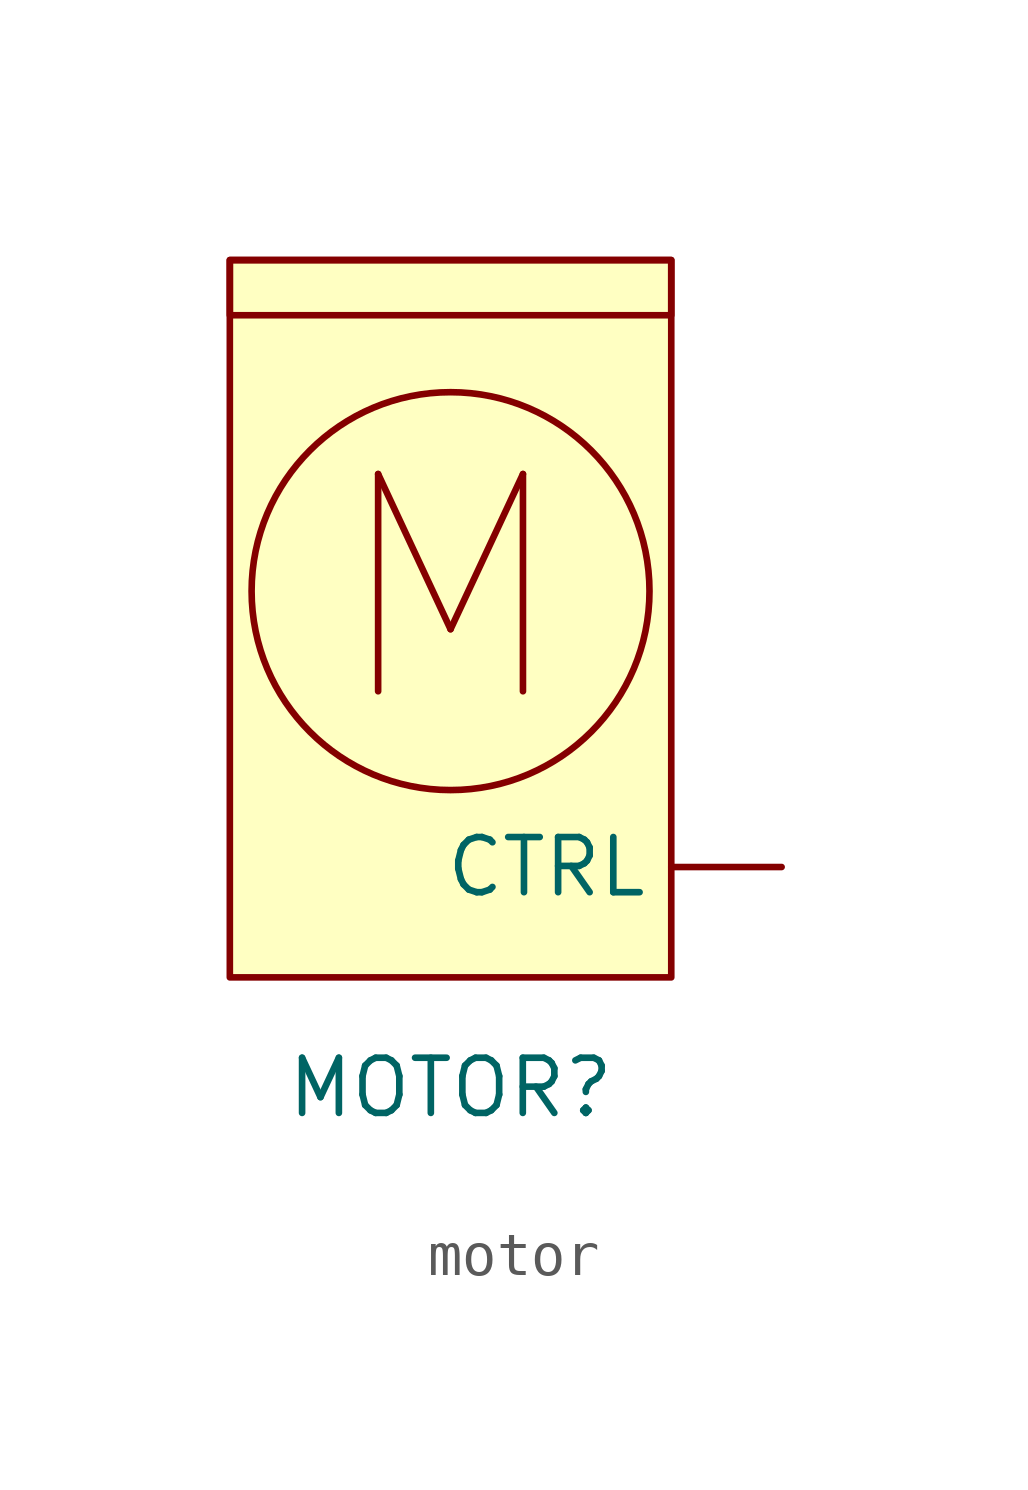
<source format=kicad_sym>
(kicad_symbol_lib
  (version 20220914)
  (generator kicad_symbol_editor)
  (symbol "motor"
    (property "Reference" "MOTOR"
      (at 0 0 0)
      (effects (font (size 1.27 1.27))))
    (property "Value" ""
      (at 0 0 0)
      (effects (font (size 1.27 1.27))))
    (symbol "motor_0_1"
      (circle (center 0 11.43) (radius 4.579) (stroke (width 0) (type default)) (fill (type none))))
    (symbol "motor_1_1"
      (rectangle (start -5.08 19.05) (end 5.08 2.54) (stroke (width 0) (type default)) (fill (type background)))
      (rectangle (start -5.08 19.05) (end 5.08 17.78) (stroke (width 0) (type default)) (fill (type color) (color 0 0 0 1)))
      (text "M" (at 0 11.43 0) (effects (font (size 5 5))))
      (pin input line (at 7.62 5.08 180) (length 2.54) (name "CTRL" (effects (font (size 1.27 1.27)))) (number "" (effects (font (size 1.27 1.27))))))))
</source>
